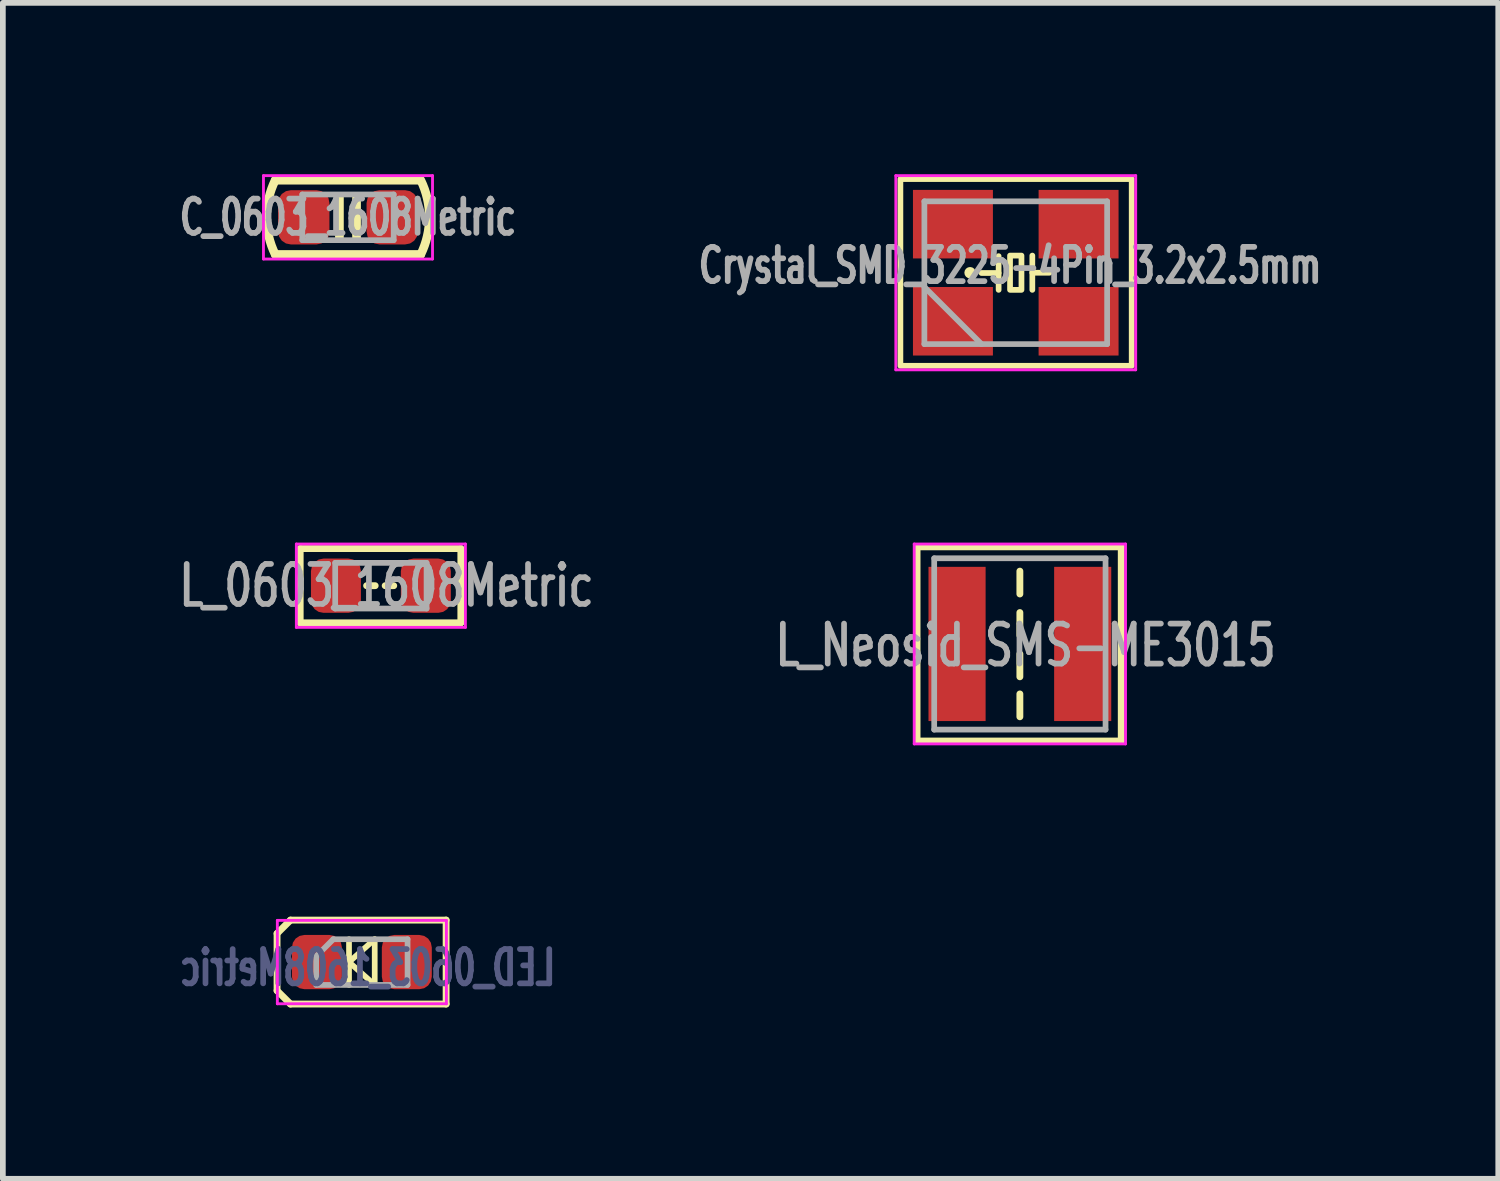
<source format=kicad_pcb>
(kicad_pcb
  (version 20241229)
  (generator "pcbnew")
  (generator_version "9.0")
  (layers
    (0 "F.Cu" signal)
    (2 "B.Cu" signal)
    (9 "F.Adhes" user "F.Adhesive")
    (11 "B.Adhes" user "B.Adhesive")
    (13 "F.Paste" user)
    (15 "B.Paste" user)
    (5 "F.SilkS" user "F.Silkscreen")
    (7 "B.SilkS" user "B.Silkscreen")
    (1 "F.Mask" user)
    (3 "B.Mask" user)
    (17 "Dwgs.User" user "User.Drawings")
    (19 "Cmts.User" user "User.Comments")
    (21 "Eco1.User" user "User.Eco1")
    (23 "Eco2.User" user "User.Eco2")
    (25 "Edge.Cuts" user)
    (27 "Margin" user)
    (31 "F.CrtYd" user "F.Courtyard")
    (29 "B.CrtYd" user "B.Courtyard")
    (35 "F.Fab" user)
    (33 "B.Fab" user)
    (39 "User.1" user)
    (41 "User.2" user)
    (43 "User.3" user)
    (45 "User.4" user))
  (footprint "C_0603_1608Metric"
    (layer "F.Cu")
    (at 3.043 0.755)
    (property "Reference" "C_0603_1608Metric" (at 0 0 180) (layer "F.Fab") (effects (font (size 0.6 0.4) (thickness 0.1) (bold yes))))
    (attr smd)
    (fp_line (start -1.274 -0.65) (end 1.25 -0.65) (stroke (width 0.152) (type solid)) (layer "F.SilkS"))
    (fp_line (start -1.274 0.65) (end 1.274 0.65) (stroke (width 0.152) (type solid)) (layer "F.SilkS"))
    (fp_line (start -0.15 0.362) (end -0.15 -0.362) (stroke (width 0.152) (type solid)) (layer "F.SilkS"))
    (fp_line (start 0.15 0.362) (end 0.15 -0.362) (stroke (width 0.152) (type solid)) (layer "F.SilkS"))
    (fp_arc (start -1.274153 0.65) (mid -1.425003 0) (end -1.274153 -0.65) (stroke (width 0.1524) (type default)) (layer "F.SilkS"))
    (fp_arc (start 1.274153 -0.65) (mid 1.425002 0) (end 1.274153 0.65) (stroke (width 0.1524) (type default)) (layer "F.SilkS"))
    (fp_line (start -1.48 -0.73) (end 1.48 -0.73) (stroke (width 0.05) (type solid)) (layer "F.CrtYd"))
    (fp_line (start -1.48 0.73) (end -1.48 -0.73) (stroke (width 0.05) (type solid)) (layer "F.CrtYd"))
    (fp_line (start 1.48 -0.73) (end 1.48 0.73) (stroke (width 0.05) (type solid)) (layer "F.CrtYd"))
    (fp_line (start 1.48 0.73) (end -1.48 0.73) (stroke (width 0.05) (type solid)) (layer "F.CrtYd"))
    (fp_line (start -0.8 -0.4) (end 0.8 -0.4) (stroke (width 0.1) (type solid)) (layer "F.Fab"))
    (fp_line (start -0.8 0.4) (end -0.8 -0.4) (stroke (width 0.1) (type solid)) (layer "F.Fab"))
    (fp_line (start 0.8 -0.4) (end 0.8 0.4) (stroke (width 0.1) (type solid)) (layer "F.Fab"))
    (fp_line (start 0.8 0.4) (end -0.8 0.4) (stroke (width 0.1) (type solid)) (layer "F.Fab"))
    (pad "1" smd roundrect (at -0.775 0) (size 0.9 0.95) (layers "F.Cu" "F.Mask" "F.Paste") (roundrect_rratio 0.25))
    (pad "2" smd roundrect (at 0.775 0) (size 0.9 0.95) (layers "F.Cu" "F.Mask" "F.Paste") (roundrect_rratio 0.25)))
  (footprint "L_Neosid_SMS-ME3015"
    (layer "F.Cu")
    (at 14.807 8.225)
    (property "Reference" "L_Neosid_SMS-ME3015" (at 0.1 0.025 180) (layer "F.Fab") (effects (font (size 0.7 0.5) (thickness 0.1) (bold yes))))
    (attr smd)
    (fp_line (start -1.8 1.7) (end -1.8 -1.7) (stroke (width 0.12) (type solid)) (layer "F.SilkS"))
    (fp_line (start 0 -1.275) (end 0 -0.875) (stroke (width 0.12) (type default)) (layer "F.SilkS"))
    (fp_line (start 0 -0.55) (end 0 -0.15) (stroke (width 0.12) (type default)) (layer "F.SilkS"))
    (fp_line (start 0 0.175) (end 0 0.575) (stroke (width 0.12) (type default)) (layer "F.SilkS"))
    (fp_line (start 0 0.875) (end 0 1.275) (stroke (width 0.12) (type default)) (layer "F.SilkS"))
    (fp_line (start 1.775 -1.7) (end -1.8 -1.7) (stroke (width 0.12) (type solid)) (layer "F.SilkS"))
    (fp_line (start 1.775 1.7) (end -1.8 1.7) (stroke (width 0.12) (type solid)) (layer "F.SilkS"))
    (fp_line (start 1.775 1.7) (end 1.775 -1.7) (stroke (width 0.12) (type solid)) (layer "F.SilkS"))
    (fp_line (start -1.85 -1.75) (end -1.85 1.75) (stroke (width 0.05) (type solid)) (layer "F.CrtYd"))
    (fp_line (start -1.85 -1.75) (end 1.85 -1.75) (stroke (width 0.05) (type solid)) (layer "F.CrtYd"))
    (fp_line (start 1.85 1.75) (end -1.85 1.75) (stroke (width 0.05) (type solid)) (layer "F.CrtYd"))
    (fp_line (start 1.85 1.75) (end 1.85 -1.75) (stroke (width 0.05) (type solid)) (layer "F.CrtYd"))
    (fp_line (start -1.5 -1.5) (end -1.5 1.5) (stroke (width 0.1) (type solid)) (layer "F.Fab"))
    (fp_line (start -1.5 1.5) (end 1.5 1.5) (stroke (width 0.1) (type solid)) (layer "F.Fab"))
    (fp_line (start 1.5 -1.5) (end -1.5 -1.5) (stroke (width 0.1) (type solid)) (layer "F.Fab"))
    (fp_line (start 1.5 1.5) (end 1.5 -1.5) (stroke (width 0.1) (type solid)) (layer "F.Fab"))
    (pad "1" smd rect (at -1.1 0) (size 1 2.7) (layers "F.Cu" "F.Mask" "F.Paste"))
    (pad "2" smd rect (at 1.1 0) (size 1 2.7) (layers "F.Cu" "F.Mask" "F.Paste")))
  (footprint "L_0603_1608Metric"
    (layer "F.Cu")
    (at 3.619 7.205)
    (property "Reference" "L_0603_1608Metric" (at 0.1 0 0) (layer "F.Fab") (effects (font (size 0.7 0.5) (thickness 0.1) (bold yes))))
    (attr smd)
    (fp_line (start -1.413 -0.65) (end -1.413 0.65) (stroke (width 0.12) (type solid)) (layer "F.SilkS"))
    (fp_line (start -1.413 -0.65) (end 1.4 -0.65) (stroke (width 0.12) (type solid)) (layer "F.SilkS"))
    (fp_line (start -1.413 0.65) (end 1.4 0.65) (stroke (width 0.12) (type solid)) (layer "F.SilkS"))
    (fp_line (start -0.25 0) (end -0.1 0) (stroke (width 0.12) (type default)) (layer "F.SilkS"))
    (fp_line (start 0.075 0) (end 0.225 0) (stroke (width 0.12) (type default)) (layer "F.SilkS"))
    (fp_line (start 1.4 -0.65) (end 1.4 0.65) (stroke (width 0.12) (type solid)) (layer "F.SilkS"))
    (fp_line (start -1.48 -0.73) (end 1.48 -0.73) (stroke (width 0.05) (type solid)) (layer "F.CrtYd"))
    (fp_line (start -1.48 0.73) (end -1.48 -0.73) (stroke (width 0.05) (type solid)) (layer "F.CrtYd"))
    (fp_line (start 1.48 -0.73) (end 1.48 0.73) (stroke (width 0.05) (type solid)) (layer "F.CrtYd"))
    (fp_line (start 1.48 0.73) (end -1.48 0.73) (stroke (width 0.05) (type solid)) (layer "F.CrtYd"))
    (fp_line (start -0.8 -0.4) (end 0.8 -0.4) (stroke (width 0.1) (type solid)) (layer "F.Fab"))
    (fp_line (start -0.8 0.4) (end -0.8 -0.4) (stroke (width 0.1) (type solid)) (layer "F.Fab"))
    (fp_line (start 0.8 -0.4) (end 0.8 0.4) (stroke (width 0.1) (type solid)) (layer "F.Fab"))
    (fp_line (start 0.8 0.4) (end -0.8 0.4) (stroke (width 0.1) (type solid)) (layer "F.Fab"))
    (pad "1" smd roundrect (at -0.787 0) (size 0.875 0.95) (layers "F.Cu" "F.Mask" "F.Paste") (roundrect_rratio 0.25))
    (pad "2" smd roundrect (at 0.787 0) (size 0.875 0.95) (layers "F.Cu" "F.Mask" "F.Paste") (roundrect_rratio 0.25)))
  (footprint "Crystal_SMD_3225-4Pin_3.2x2.5mm"
    (layer "F.Cu")
    (at 14.735 1.725)
    (property "Reference" "Crystal_SMD_3225-4Pin_3.2x2.5mm" (at -0.1 -0.125 0) (layer "F.Fab") (effects (font (size 0.6 0.4) (thickness 0.1))))
    (attr smd)
    (fp_line (start -0.3 -0.29) (end -0.3 0.3) (stroke (width 0.1) (type solid)) (layer "F.SilkS"))
    (fp_line (start -0.3 0.005) (end -0.6 0.005) (stroke (width 0.1) (type solid)) (layer "F.SilkS"))
    (fp_line (start 0.29 -0.3) (end 0.29 0.3) (stroke (width 0.1) (type solid)) (layer "F.SilkS"))
    (fp_line (start 0.59 0) (end 0.29 0) (stroke (width 0.1) (type solid)) (layer "F.SilkS"))
    (fp_rect (start -2.02 -1.64) (end 2.03 1.63) (stroke (width 0.1) (type solid)) (fill no) (layer "F.SilkS"))
    (fp_rect (start -0.1 -0.3) (end 0.1 0.3) (stroke (width 0.1) (type solid)) (fill no) (layer "F.SilkS"))
    (fp_circle (center -0.8 0) (end -0.75 0) (stroke (width 0.1) (type solid)) (fill no) (layer "F.SilkS"))
    (fp_line (start -2.1 -1.7) (end -2.1 1.7) (stroke (width 0.05) (type solid)) (layer "F.CrtYd"))
    (fp_line (start -2.1 1.7) (end 2.1 1.7) (stroke (width 0.05) (type solid)) (layer "F.CrtYd"))
    (fp_line (start 2.1 -1.7) (end -2.1 -1.7) (stroke (width 0.05) (type solid)) (layer "F.CrtYd"))
    (fp_line (start 2.1 1.7) (end 2.1 -1.7) (stroke (width 0.05) (type solid)) (layer "F.CrtYd"))
    (fp_line (start -1.6 -1.25) (end -1.6 1.25) (stroke (width 0.1) (type solid)) (layer "F.Fab"))
    (fp_line (start -1.6 0.25) (end -0.6 1.25) (stroke (width 0.1) (type solid)) (layer "F.Fab"))
    (fp_line (start -1.6 1.25) (end 1.6 1.25) (stroke (width 0.1) (type solid)) (layer "F.Fab"))
    (fp_line (start 1.6 -1.25) (end -1.6 -1.25) (stroke (width 0.1) (type solid)) (layer "F.Fab"))
    (fp_line (start 1.6 1.25) (end 1.6 -1.25) (stroke (width 0.1) (type solid)) (layer "F.Fab"))
    (pad "1" smd rect (at -1.1 0.85) (size 1.4 1.2) (layers "F.Cu" "F.Mask" "F.Paste"))
    (pad "2" smd rect (at 1.1 0.85) (size 1.4 1.2) (layers "F.Cu" "F.Mask" "F.Paste"))
    (pad "3" smd rect (at 1.1 -0.85) (size 1.4 1.2) (layers "F.Cu" "F.Mask" "F.Paste"))
    (pad "4" smd rect (at -1.1 -0.85) (size 1.4 1.2) (layers "F.Cu" "F.Mask" "F.Paste")))
  (footprint "LED_0603_1608Metric"
    (layer "F.Cu")
    (at 3.286 13.795)
    (property "Reference" "LED_0603_1608Metric" (at 0.1 0.1 0) (layer "B.Fab") (effects (font (size 0.6 0.4) (thickness 0.1)) (justify mirror)))
    (attr smd)
    (fp_line (start -1.485 -0.5) (end -1.485 0.5) (stroke (width 0.12) (type solid)) (layer "F.SilkS"))
    (fp_line (start -1.485 0.5) (end -1.25 0.735) (stroke (width 0.12) (type default)) (layer "F.SilkS"))
    (fp_line (start -1.25 -0.735) (end -1.485 -0.5) (stroke (width 0.12) (type default)) (layer "F.SilkS"))
    (fp_line (start -1.25 0.735) (end 1.475 0.735) (stroke (width 0.12) (type solid)) (layer "F.SilkS"))
    (fp_line (start -0.225 -0.4) (end -0.225 0.4) (stroke (width 0.1) (type solid)) (layer "F.SilkS"))
    (fp_line (start -0.225 0) (end 0.225 -0.4) (stroke (width 0.1) (type solid)) (layer "F.SilkS"))
    (fp_line (start -0.225 0) (end 0.225 0.4) (stroke (width 0.1) (type solid)) (layer "F.SilkS"))
    (fp_line (start 0.225 -0.4) (end 0.225 0.4) (stroke (width 0.1) (type solid)) (layer "F.SilkS"))
    (fp_line (start 1.475 -0.735) (end -1.25 -0.735) (stroke (width 0.12) (type solid)) (layer "F.SilkS"))
    (fp_line (start 1.475 0.735) (end 1.475 -0.735) (stroke (width 0.12) (type default)) (layer "F.SilkS"))
    (fp_line (start -1.48 -0.73) (end 1.48 -0.73) (stroke (width 0.05) (type solid)) (layer "F.CrtYd"))
    (fp_line (start -1.48 0.73) (end -1.48 -0.73) (stroke (width 0.05) (type solid)) (layer "F.CrtYd"))
    (fp_line (start 1.48 -0.73) (end 1.48 0.73) (stroke (width 0.05) (type solid)) (layer "F.CrtYd"))
    (fp_line (start 1.48 0.73) (end -1.48 0.73) (stroke (width 0.05) (type solid)) (layer "F.CrtYd"))
    (fp_line (start -0.8 -0.1) (end -0.8 0.4) (stroke (width 0.1) (type solid)) (layer "F.Fab"))
    (fp_line (start -0.8 0.4) (end 0.8 0.4) (stroke (width 0.1) (type solid)) (layer "F.Fab"))
    (fp_line (start -0.5 -0.4) (end -0.8 -0.1) (stroke (width 0.1) (type solid)) (layer "F.Fab"))
    (fp_line (start 0.8 -0.4) (end -0.5 -0.4) (stroke (width 0.1) (type solid)) (layer "F.Fab"))
    (fp_line (start 0.8 0.4) (end 0.8 -0.4) (stroke (width 0.1) (type solid)) (layer "F.Fab"))
    (pad "1" smd roundrect (at -0.787 0 180) (size 0.875 0.95) (layers "F.Cu" "F.Mask" "F.Paste") (roundrect_rratio 0.25))
    (pad "2" smd roundrect (at 0.787 0 180) (size 0.875 0.95) (layers "F.Cu" "F.Mask" "F.Paste") (roundrect_rratio 0.25)))
  (gr_rect
    (start -3 -3)
    (end 23.183 17.59)
    (stroke (width 0.1) (type default))
    (fill no)
    (layer "Edge.Cuts")))
</source>
